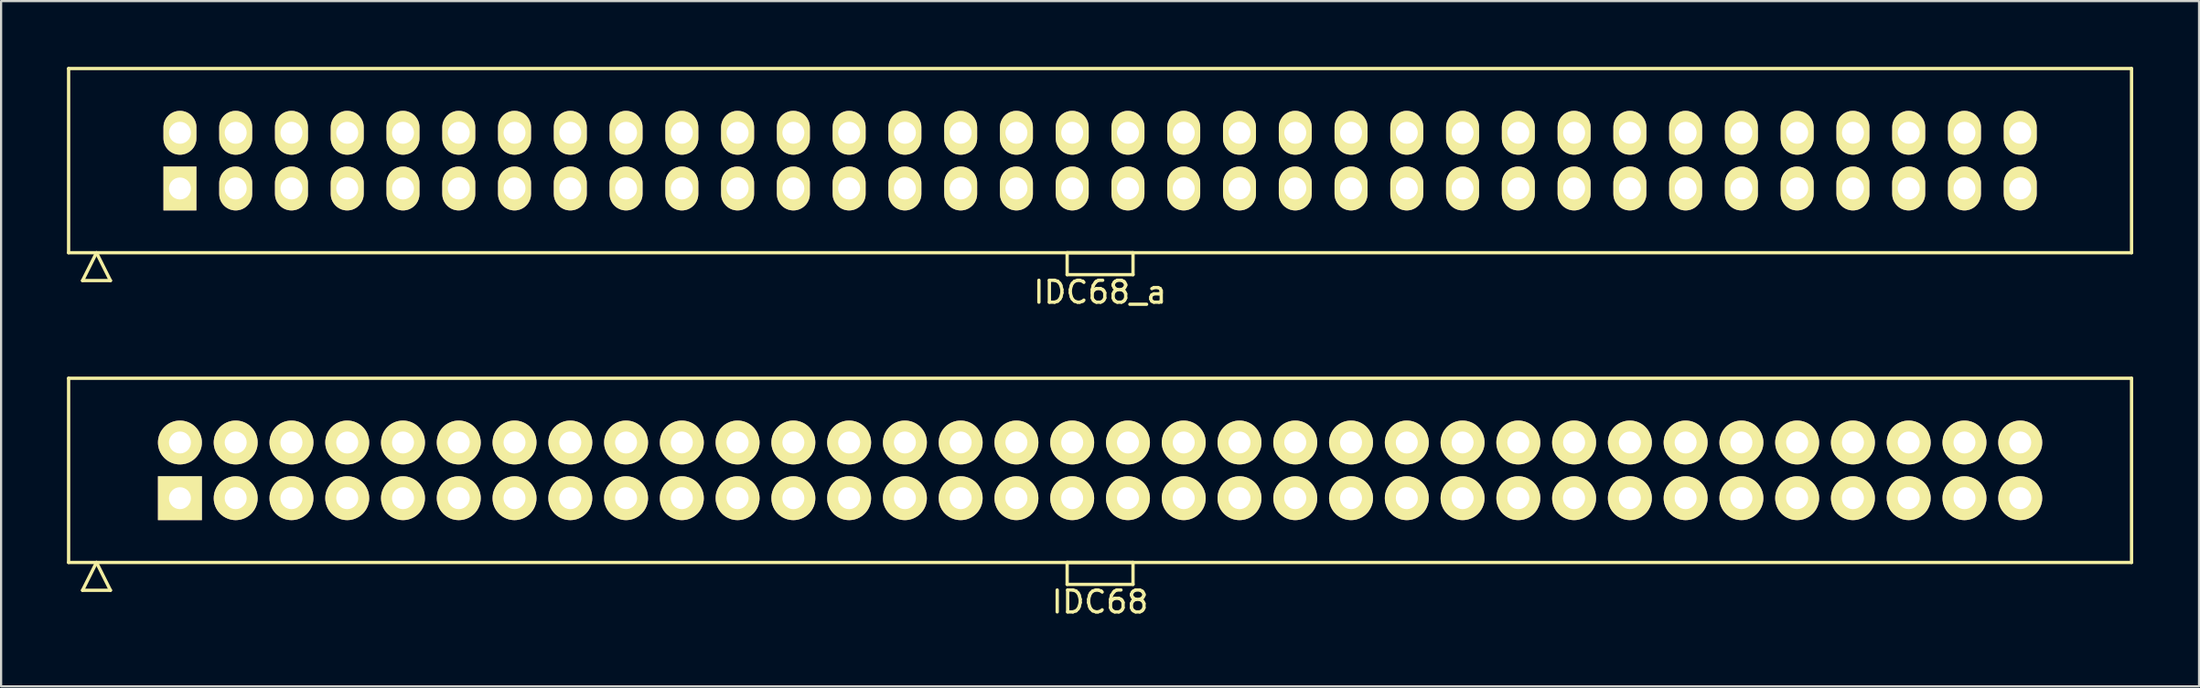
<source format=kicad_pcb>
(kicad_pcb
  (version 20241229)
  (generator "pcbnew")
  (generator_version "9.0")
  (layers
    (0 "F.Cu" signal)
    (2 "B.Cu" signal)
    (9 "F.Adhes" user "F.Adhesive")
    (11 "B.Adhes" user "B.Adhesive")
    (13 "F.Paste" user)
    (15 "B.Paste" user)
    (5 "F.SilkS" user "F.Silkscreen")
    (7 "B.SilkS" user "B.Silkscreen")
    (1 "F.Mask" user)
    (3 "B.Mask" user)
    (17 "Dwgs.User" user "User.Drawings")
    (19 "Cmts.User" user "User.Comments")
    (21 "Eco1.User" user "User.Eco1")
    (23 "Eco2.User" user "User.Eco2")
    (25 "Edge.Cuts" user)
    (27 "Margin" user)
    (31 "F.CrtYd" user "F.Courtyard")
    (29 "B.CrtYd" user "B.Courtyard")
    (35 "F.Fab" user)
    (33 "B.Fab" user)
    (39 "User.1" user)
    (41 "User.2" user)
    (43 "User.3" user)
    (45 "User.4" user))
  (footprint "IDC68_a"
    (layer "F.Cu")
    (at 47.055 4.275)
    (property "Reference" "IDC68_a" (at 0 6 0) (layer "F.SilkS") (effects (font (size 1 1) (thickness 0.15))))
    (attr through_hole)
    (fp_line (start -46.98 -4.2) (end -46.98 4.2) (stroke (width 0.15) (type solid)) (layer "F.SilkS"))
    (fp_line (start -46.98 4.2) (end 46.98 4.2) (stroke (width 0.15) (type solid)) (layer "F.SilkS"))
    (fp_line (start -46.345 5.47) (end -45.71 4.2) (stroke (width 0.15) (type solid)) (layer "F.SilkS"))
    (fp_line (start -46.345 5.47) (end -45.075 5.47) (stroke (width 0.15) (type solid)) (layer "F.SilkS"))
    (fp_line (start -45.075 5.47) (end -45.71 4.2) (stroke (width 0.15) (type solid)) (layer "F.SilkS"))
    (fp_line (start -1.5 4.2) (end -1.5 5.2) (stroke (width 0.15) (type solid)) (layer "F.SilkS"))
    (fp_line (start -1.5 5.2) (end 1.5 5.2) (stroke (width 0.15) (type solid)) (layer "F.SilkS"))
    (fp_line (start 1.5 4.2) (end -1.5 4.2) (stroke (width 0.15) (type solid)) (layer "F.SilkS"))
    (fp_line (start 1.5 5.2) (end 1.5 4.2) (stroke (width 0.15) (type solid)) (layer "F.SilkS"))
    (fp_line (start 46.98 -4.2) (end -46.98 -4.2) (stroke (width 0.15) (type solid)) (layer "F.SilkS"))
    (fp_line (start 46.98 4.2) (end 46.98 -4.2) (stroke (width 0.15) (type solid)) (layer "F.SilkS"))
    (pad "1" thru_hole rect (at -41.91 1.27) (size 1.5 2) (drill 1) (layers "*.Cu" "*.Mask" "F.SilkS"))
    (pad "2" thru_hole oval (at -41.91 -1.27) (size 1.5 2) (drill 1) (layers "*.Cu" "*.Mask" "F.SilkS"))
    (pad "3" thru_hole oval (at -39.37 1.27) (size 1.5 2) (drill 1) (layers "*.Cu" "*.Mask" "F.SilkS"))
    (pad "4" thru_hole oval (at -39.37 -1.27) (size 1.5 2) (drill 1) (layers "*.Cu" "*.Mask" "F.SilkS"))
    (pad "5" thru_hole oval (at -36.83 1.27) (size 1.5 2) (drill 1) (layers "*.Cu" "*.Mask" "F.SilkS"))
    (pad "6" thru_hole oval (at -36.83 -1.27) (size 1.5 2) (drill 1) (layers "*.Cu" "*.Mask" "F.SilkS"))
    (pad "7" thru_hole oval (at -34.29 1.27) (size 1.5 2) (drill 1) (layers "*.Cu" "*.Mask" "F.SilkS"))
    (pad "8" thru_hole oval (at -34.29 -1.27) (size 1.5 2) (drill 1) (layers "*.Cu" "*.Mask" "F.SilkS"))
    (pad "9" thru_hole oval (at -31.75 1.27) (size 1.5 2) (drill 1) (layers "*.Cu" "*.Mask" "F.SilkS"))
    (pad "10" thru_hole oval (at -31.75 -1.27) (size 1.5 2) (drill 1) (layers "*.Cu" "*.Mask" "F.SilkS"))
    (pad "11" thru_hole oval (at -29.21 1.27) (size 1.5 2) (drill 1) (layers "*.Cu" "*.Mask" "F.SilkS"))
    (pad "12" thru_hole oval (at -29.21 -1.27) (size 1.5 2) (drill 1) (layers "*.Cu" "*.Mask" "F.SilkS"))
    (pad "13" thru_hole oval (at -26.67 1.27) (size 1.5 2) (drill 1) (layers "*.Cu" "*.Mask" "F.SilkS"))
    (pad "14" thru_hole oval (at -26.67 -1.27) (size 1.5 2) (drill 1) (layers "*.Cu" "*.Mask" "F.SilkS"))
    (pad "15" thru_hole oval (at -24.13 1.27) (size 1.5 2) (drill 1) (layers "*.Cu" "*.Mask" "F.SilkS"))
    (pad "16" thru_hole oval (at -24.13 -1.27) (size 1.5 2) (drill 1) (layers "*.Cu" "*.Mask" "F.SilkS"))
    (pad "17" thru_hole oval (at -21.59 1.27) (size 1.5 2) (drill 1) (layers "*.Cu" "*.Mask" "F.SilkS"))
    (pad "18" thru_hole oval (at -21.59 -1.27) (size 1.5 2) (drill 1) (layers "*.Cu" "*.Mask" "F.SilkS"))
    (pad "19" thru_hole oval (at -19.05 1.27) (size 1.5 2) (drill 1) (layers "*.Cu" "*.Mask" "F.SilkS"))
    (pad "20" thru_hole oval (at -19.05 -1.27) (size 1.5 2) (drill 1) (layers "*.Cu" "*.Mask" "F.SilkS"))
    (pad "21" thru_hole oval (at -16.51 1.27) (size 1.5 2) (drill 1) (layers "*.Cu" "*.Mask" "F.SilkS"))
    (pad "22" thru_hole oval (at -16.51 -1.27) (size 1.5 2) (drill 1) (layers "*.Cu" "*.Mask" "F.SilkS"))
    (pad "23" thru_hole oval (at -13.97 1.27) (size 1.5 2) (drill 1) (layers "*.Cu" "*.Mask" "F.SilkS"))
    (pad "24" thru_hole oval (at -13.97 -1.27) (size 1.5 2) (drill 1) (layers "*.Cu" "*.Mask" "F.SilkS"))
    (pad "25" thru_hole oval (at -11.43 1.27) (size 1.5 2) (drill 1) (layers "*.Cu" "*.Mask" "F.SilkS"))
    (pad "26" thru_hole oval (at -11.43 -1.27) (size 1.5 2) (drill 1) (layers "*.Cu" "*.Mask" "F.SilkS"))
    (pad "27" thru_hole oval (at -8.89 1.27) (size 1.5 2) (drill 1) (layers "*.Cu" "*.Mask" "F.SilkS"))
    (pad "28" thru_hole oval (at -8.89 -1.27) (size 1.5 2) (drill 1) (layers "*.Cu" "*.Mask" "F.SilkS"))
    (pad "29" thru_hole oval (at -6.35 1.27) (size 1.5 2) (drill 1) (layers "*.Cu" "*.Mask" "F.SilkS"))
    (pad "30" thru_hole oval (at -6.35 -1.27) (size 1.5 2) (drill 1) (layers "*.Cu" "*.Mask" "F.SilkS"))
    (pad "31" thru_hole oval (at -3.81 1.27) (size 1.5 2) (drill 1) (layers "*.Cu" "*.Mask" "F.SilkS"))
    (pad "32" thru_hole oval (at -3.81 -1.27) (size 1.5 2) (drill 1) (layers "*.Cu" "*.Mask" "F.SilkS"))
    (pad "33" thru_hole oval (at -1.27 1.27) (size 1.5 2) (drill 1) (layers "*.Cu" "*.Mask" "F.SilkS"))
    (pad "34" thru_hole oval (at -1.27 -1.27) (size 1.5 2) (drill 1) (layers "*.Cu" "*.Mask" "F.SilkS"))
    (pad "35" thru_hole oval (at 1.27 1.27) (size 1.5 2) (drill 1) (layers "*.Cu" "*.Mask" "F.SilkS"))
    (pad "36" thru_hole oval (at 1.27 -1.27) (size 1.5 2) (drill 1) (layers "*.Cu" "*.Mask" "F.SilkS"))
    (pad "37" thru_hole oval (at 3.81 1.27) (size 1.5 2) (drill 1) (layers "*.Cu" "*.Mask" "F.SilkS"))
    (pad "38" thru_hole oval (at 3.81 -1.27) (size 1.5 2) (drill 1) (layers "*.Cu" "*.Mask" "F.SilkS"))
    (pad "39" thru_hole oval (at 6.35 1.27) (size 1.5 2) (drill 1) (layers "*.Cu" "*.Mask" "F.SilkS"))
    (pad "40" thru_hole oval (at 6.35 -1.27) (size 1.5 2) (drill 1) (layers "*.Cu" "*.Mask" "F.SilkS"))
    (pad "41" thru_hole oval (at 8.89 1.27) (size 1.5 2) (drill 1) (layers "*.Cu" "*.Mask" "F.SilkS"))
    (pad "42" thru_hole oval (at 8.89 -1.27) (size 1.5 2) (drill 1) (layers "*.Cu" "*.Mask" "F.SilkS"))
    (pad "43" thru_hole oval (at 11.43 1.27) (size 1.5 2) (drill 1) (layers "*.Cu" "*.Mask" "F.SilkS"))
    (pad "44" thru_hole oval (at 11.43 -1.27) (size 1.5 2) (drill 1) (layers "*.Cu" "*.Mask" "F.SilkS"))
    (pad "45" thru_hole oval (at 13.97 1.27) (size 1.5 2) (drill 1) (layers "*.Cu" "*.Mask" "F.SilkS"))
    (pad "46" thru_hole oval (at 13.97 -1.27) (size 1.5 2) (drill 1) (layers "*.Cu" "*.Mask" "F.SilkS"))
    (pad "47" thru_hole oval (at 16.51 1.27) (size 1.5 2) (drill 1) (layers "*.Cu" "*.Mask" "F.SilkS"))
    (pad "48" thru_hole oval (at 16.51 -1.27) (size 1.5 2) (drill 1) (layers "*.Cu" "*.Mask" "F.SilkS"))
    (pad "49" thru_hole oval (at 19.05 1.27) (size 1.5 2) (drill 1) (layers "*.Cu" "*.Mask" "F.SilkS"))
    (pad "50" thru_hole oval (at 19.05 -1.27) (size 1.5 2) (drill 1) (layers "*.Cu" "*.Mask" "F.SilkS"))
    (pad "51" thru_hole oval (at 21.59 1.27) (size 1.5 2) (drill 1) (layers "*.Cu" "*.Mask" "F.SilkS"))
    (pad "52" thru_hole oval (at 21.59 -1.27) (size 1.5 2) (drill 1) (layers "*.Cu" "*.Mask" "F.SilkS"))
    (pad "53" thru_hole oval (at 24.13 1.27) (size 1.5 2) (drill 1) (layers "*.Cu" "*.Mask" "F.SilkS"))
    (pad "54" thru_hole oval (at 24.13 -1.27) (size 1.5 2) (drill 1) (layers "*.Cu" "*.Mask" "F.SilkS"))
    (pad "55" thru_hole oval (at 26.67 1.27) (size 1.5 2) (drill 1) (layers "*.Cu" "*.Mask" "F.SilkS"))
    (pad "56" thru_hole oval (at 26.67 -1.27) (size 1.5 2) (drill 1) (layers "*.Cu" "*.Mask" "F.SilkS"))
    (pad "57" thru_hole oval (at 29.21 1.27) (size 1.5 2) (drill 1) (layers "*.Cu" "*.Mask" "F.SilkS"))
    (pad "58" thru_hole oval (at 29.21 -1.27) (size 1.5 2) (drill 1) (layers "*.Cu" "*.Mask" "F.SilkS"))
    (pad "59" thru_hole oval (at 31.75 1.27) (size 1.5 2) (drill 1) (layers "*.Cu" "*.Mask" "F.SilkS"))
    (pad "60" thru_hole oval (at 31.75 -1.27) (size 1.5 2) (drill 1) (layers "*.Cu" "*.Mask" "F.SilkS"))
    (pad "61" thru_hole oval (at 34.29 1.27) (size 1.5 2) (drill 1) (layers "*.Cu" "*.Mask" "F.SilkS"))
    (pad "62" thru_hole oval (at 34.29 -1.27) (size 1.5 2) (drill 1) (layers "*.Cu" "*.Mask" "F.SilkS"))
    (pad "63" thru_hole oval (at 36.83 1.27) (size 1.5 2) (drill 1) (layers "*.Cu" "*.Mask" "F.SilkS"))
    (pad "64" thru_hole oval (at 36.83 -1.27) (size 1.5 2) (drill 1) (layers "*.Cu" "*.Mask" "F.SilkS"))
    (pad "65" thru_hole oval (at 39.37 1.27) (size 1.5 2) (drill 1) (layers "*.Cu" "*.Mask" "F.SilkS"))
    (pad "66" thru_hole oval (at 39.37 -1.27) (size 1.5 2) (drill 1) (layers "*.Cu" "*.Mask" "F.SilkS"))
    (pad "67" thru_hole oval (at 41.91 1.27) (size 1.5 2) (drill 1) (layers "*.Cu" "*.Mask" "F.SilkS"))
    (pad "68" thru_hole oval (at 41.91 -1.27) (size 1.5 2) (drill 1) (layers "*.Cu" "*.Mask" "F.SilkS")))
  (footprint "IDC68"
    (layer "F.Cu")
    (at 47.055 18.398)
    (property "Reference" "IDC68" (at 0 6 0) (layer "F.SilkS") (effects (font (size 1 1) (thickness 0.15))))
    (attr through_hole)
    (fp_line (start -46.98 -4.2) (end -46.98 4.2) (stroke (width 0.15) (type solid)) (layer "F.SilkS"))
    (fp_line (start -46.98 4.2) (end 46.98 4.2) (stroke (width 0.15) (type solid)) (layer "F.SilkS"))
    (fp_line (start -46.345 5.47) (end -45.71 4.2) (stroke (width 0.15) (type solid)) (layer "F.SilkS"))
    (fp_line (start -46.345 5.47) (end -45.075 5.47) (stroke (width 0.15) (type solid)) (layer "F.SilkS"))
    (fp_line (start -45.075 5.47) (end -45.71 4.2) (stroke (width 0.15) (type solid)) (layer "F.SilkS"))
    (fp_line (start -1.5 4.2) (end -1.5 5.2) (stroke (width 0.15) (type solid)) (layer "F.SilkS"))
    (fp_line (start -1.5 5.2) (end 1.5 5.2) (stroke (width 0.15) (type solid)) (layer "F.SilkS"))
    (fp_line (start 1.5 4.2) (end -1.5 4.2) (stroke (width 0.15) (type solid)) (layer "F.SilkS"))
    (fp_line (start 1.5 5.2) (end 1.5 4.2) (stroke (width 0.15) (type solid)) (layer "F.SilkS"))
    (fp_line (start 46.98 -4.2) (end -46.98 -4.2) (stroke (width 0.15) (type solid)) (layer "F.SilkS"))
    (fp_line (start 46.98 4.2) (end 46.98 -4.2) (stroke (width 0.15) (type solid)) (layer "F.SilkS"))
    (pad "1" thru_hole rect (at -41.91 1.27) (size 2 2) (drill 1) (layers "*.Cu" "*.Mask" "F.SilkS"))
    (pad "2" thru_hole oval (at -41.91 -1.27) (size 2 2) (drill 1) (layers "*.Cu" "*.Mask" "F.SilkS"))
    (pad "3" thru_hole oval (at -39.37 1.27) (size 2 2) (drill 1) (layers "*.Cu" "*.Mask" "F.SilkS"))
    (pad "4" thru_hole oval (at -39.37 -1.27) (size 2 2) (drill 1) (layers "*.Cu" "*.Mask" "F.SilkS"))
    (pad "5" thru_hole oval (at -36.83 1.27) (size 2 2) (drill 1) (layers "*.Cu" "*.Mask" "F.SilkS"))
    (pad "6" thru_hole oval (at -36.83 -1.27) (size 2 2) (drill 1) (layers "*.Cu" "*.Mask" "F.SilkS"))
    (pad "7" thru_hole oval (at -34.29 1.27) (size 2 2) (drill 1) (layers "*.Cu" "*.Mask" "F.SilkS"))
    (pad "8" thru_hole oval (at -34.29 -1.27) (size 2 2) (drill 1) (layers "*.Cu" "*.Mask" "F.SilkS"))
    (pad "9" thru_hole oval (at -31.75 1.27) (size 2 2) (drill 1) (layers "*.Cu" "*.Mask" "F.SilkS"))
    (pad "10" thru_hole oval (at -31.75 -1.27) (size 2 2) (drill 1) (layers "*.Cu" "*.Mask" "F.SilkS"))
    (pad "11" thru_hole oval (at -29.21 1.27) (size 2 2) (drill 1) (layers "*.Cu" "*.Mask" "F.SilkS"))
    (pad "12" thru_hole oval (at -29.21 -1.27) (size 2 2) (drill 1) (layers "*.Cu" "*.Mask" "F.SilkS"))
    (pad "13" thru_hole oval (at -26.67 1.27) (size 2 2) (drill 1) (layers "*.Cu" "*.Mask" "F.SilkS"))
    (pad "14" thru_hole oval (at -26.67 -1.27) (size 2 2) (drill 1) (layers "*.Cu" "*.Mask" "F.SilkS"))
    (pad "15" thru_hole oval (at -24.13 1.27) (size 2 2) (drill 1) (layers "*.Cu" "*.Mask" "F.SilkS"))
    (pad "16" thru_hole oval (at -24.13 -1.27) (size 2 2) (drill 1) (layers "*.Cu" "*.Mask" "F.SilkS"))
    (pad "17" thru_hole oval (at -21.59 1.27) (size 2 2) (drill 1) (layers "*.Cu" "*.Mask" "F.SilkS"))
    (pad "18" thru_hole oval (at -21.59 -1.27) (size 2 2) (drill 1) (layers "*.Cu" "*.Mask" "F.SilkS"))
    (pad "19" thru_hole oval (at -19.05 1.27) (size 2 2) (drill 1) (layers "*.Cu" "*.Mask" "F.SilkS"))
    (pad "20" thru_hole oval (at -19.05 -1.27) (size 2 2) (drill 1) (layers "*.Cu" "*.Mask" "F.SilkS"))
    (pad "21" thru_hole oval (at -16.51 1.27) (size 2 2) (drill 1) (layers "*.Cu" "*.Mask" "F.SilkS"))
    (pad "22" thru_hole oval (at -16.51 -1.27) (size 2 2) (drill 1) (layers "*.Cu" "*.Mask" "F.SilkS"))
    (pad "23" thru_hole oval (at -13.97 1.27) (size 2 2) (drill 1) (layers "*.Cu" "*.Mask" "F.SilkS"))
    (pad "24" thru_hole oval (at -13.97 -1.27) (size 2 2) (drill 1) (layers "*.Cu" "*.Mask" "F.SilkS"))
    (pad "25" thru_hole oval (at -11.43 1.27) (size 2 2) (drill 1) (layers "*.Cu" "*.Mask" "F.SilkS"))
    (pad "26" thru_hole oval (at -11.43 -1.27) (size 2 2) (drill 1) (layers "*.Cu" "*.Mask" "F.SilkS"))
    (pad "27" thru_hole oval (at -8.89 1.27) (size 2 2) (drill 1) (layers "*.Cu" "*.Mask" "F.SilkS"))
    (pad "28" thru_hole oval (at -8.89 -1.27) (size 2 2) (drill 1) (layers "*.Cu" "*.Mask" "F.SilkS"))
    (pad "29" thru_hole oval (at -6.35 1.27) (size 2 2) (drill 1) (layers "*.Cu" "*.Mask" "F.SilkS"))
    (pad "30" thru_hole oval (at -6.35 -1.27) (size 2 2) (drill 1) (layers "*.Cu" "*.Mask" "F.SilkS"))
    (pad "31" thru_hole oval (at -3.81 1.27) (size 2 2) (drill 1) (layers "*.Cu" "*.Mask" "F.SilkS"))
    (pad "32" thru_hole oval (at -3.81 -1.27) (size 2 2) (drill 1) (layers "*.Cu" "*.Mask" "F.SilkS"))
    (pad "33" thru_hole oval (at -1.27 1.27) (size 2 2) (drill 1) (layers "*.Cu" "*.Mask" "F.SilkS"))
    (pad "34" thru_hole oval (at -1.27 -1.27) (size 2 2) (drill 1) (layers "*.Cu" "*.Mask" "F.SilkS"))
    (pad "35" thru_hole oval (at 1.27 1.27) (size 2 2) (drill 1) (layers "*.Cu" "*.Mask" "F.SilkS"))
    (pad "36" thru_hole oval (at 1.27 -1.27) (size 2 2) (drill 1) (layers "*.Cu" "*.Mask" "F.SilkS"))
    (pad "37" thru_hole oval (at 3.81 1.27) (size 2 2) (drill 1) (layers "*.Cu" "*.Mask" "F.SilkS"))
    (pad "38" thru_hole oval (at 3.81 -1.27) (size 2 2) (drill 1) (layers "*.Cu" "*.Mask" "F.SilkS"))
    (pad "39" thru_hole oval (at 6.35 1.27) (size 2 2) (drill 1) (layers "*.Cu" "*.Mask" "F.SilkS"))
    (pad "40" thru_hole oval (at 6.35 -1.27) (size 2 2) (drill 1) (layers "*.Cu" "*.Mask" "F.SilkS"))
    (pad "41" thru_hole oval (at 8.89 1.27) (size 2 2) (drill 1) (layers "*.Cu" "*.Mask" "F.SilkS"))
    (pad "42" thru_hole oval (at 8.89 -1.27) (size 2 2) (drill 1) (layers "*.Cu" "*.Mask" "F.SilkS"))
    (pad "43" thru_hole oval (at 11.43 1.27) (size 2 2) (drill 1) (layers "*.Cu" "*.Mask" "F.SilkS"))
    (pad "44" thru_hole oval (at 11.43 -1.27) (size 2 2) (drill 1) (layers "*.Cu" "*.Mask" "F.SilkS"))
    (pad "45" thru_hole oval (at 13.97 1.27) (size 2 2) (drill 1) (layers "*.Cu" "*.Mask" "F.SilkS"))
    (pad "46" thru_hole oval (at 13.97 -1.27) (size 2 2) (drill 1) (layers "*.Cu" "*.Mask" "F.SilkS"))
    (pad "47" thru_hole oval (at 16.51 1.27) (size 2 2) (drill 1) (layers "*.Cu" "*.Mask" "F.SilkS"))
    (pad "48" thru_hole oval (at 16.51 -1.27) (size 2 2) (drill 1) (layers "*.Cu" "*.Mask" "F.SilkS"))
    (pad "49" thru_hole oval (at 19.05 1.27) (size 2 2) (drill 1) (layers "*.Cu" "*.Mask" "F.SilkS"))
    (pad "50" thru_hole oval (at 19.05 -1.27) (size 2 2) (drill 1) (layers "*.Cu" "*.Mask" "F.SilkS"))
    (pad "51" thru_hole oval (at 21.59 1.27) (size 2 2) (drill 1) (layers "*.Cu" "*.Mask" "F.SilkS"))
    (pad "52" thru_hole oval (at 21.59 -1.27) (size 2 2) (drill 1) (layers "*.Cu" "*.Mask" "F.SilkS"))
    (pad "53" thru_hole oval (at 24.13 1.27) (size 2 2) (drill 1) (layers "*.Cu" "*.Mask" "F.SilkS"))
    (pad "54" thru_hole oval (at 24.13 -1.27) (size 2 2) (drill 1) (layers "*.Cu" "*.Mask" "F.SilkS"))
    (pad "55" thru_hole oval (at 26.67 1.27) (size 2 2) (drill 1) (layers "*.Cu" "*.Mask" "F.SilkS"))
    (pad "56" thru_hole oval (at 26.67 -1.27) (size 2 2) (drill 1) (layers "*.Cu" "*.Mask" "F.SilkS"))
    (pad "57" thru_hole oval (at 29.21 1.27) (size 2 2) (drill 1) (layers "*.Cu" "*.Mask" "F.SilkS"))
    (pad "58" thru_hole oval (at 29.21 -1.27) (size 2 2) (drill 1) (layers "*.Cu" "*.Mask" "F.SilkS"))
    (pad "59" thru_hole oval (at 31.75 1.27) (size 2 2) (drill 1) (layers "*.Cu" "*.Mask" "F.SilkS"))
    (pad "60" thru_hole oval (at 31.75 -1.27) (size 2 2) (drill 1) (layers "*.Cu" "*.Mask" "F.SilkS"))
    (pad "61" thru_hole oval (at 34.29 1.27) (size 2 2) (drill 1) (layers "*.Cu" "*.Mask" "F.SilkS"))
    (pad "62" thru_hole oval (at 34.29 -1.27) (size 2 2) (drill 1) (layers "*.Cu" "*.Mask" "F.SilkS"))
    (pad "63" thru_hole oval (at 36.83 1.27) (size 2 2) (drill 1) (layers "*.Cu" "*.Mask" "F.SilkS"))
    (pad "64" thru_hole oval (at 36.83 -1.27) (size 2 2) (drill 1) (layers "*.Cu" "*.Mask" "F.SilkS"))
    (pad "65" thru_hole oval (at 39.37 1.27) (size 2 2) (drill 1) (layers "*.Cu" "*.Mask" "F.SilkS"))
    (pad "66" thru_hole oval (at 39.37 -1.27) (size 2 2) (drill 1) (layers "*.Cu" "*.Mask" "F.SilkS"))
    (pad "67" thru_hole oval (at 41.91 1.27) (size 2 2) (drill 1) (layers "*.Cu" "*.Mask" "F.SilkS"))
    (pad "68" thru_hole oval (at 41.91 -1.27) (size 2 2) (drill 1) (layers "*.Cu" "*.Mask" "F.SilkS")))
  (gr_rect
    (start -3 -3)
    (end 97.11 28.247)
    (stroke (width 0.1) (type default))
    (fill no)
    (layer "Edge.Cuts")))
</source>
